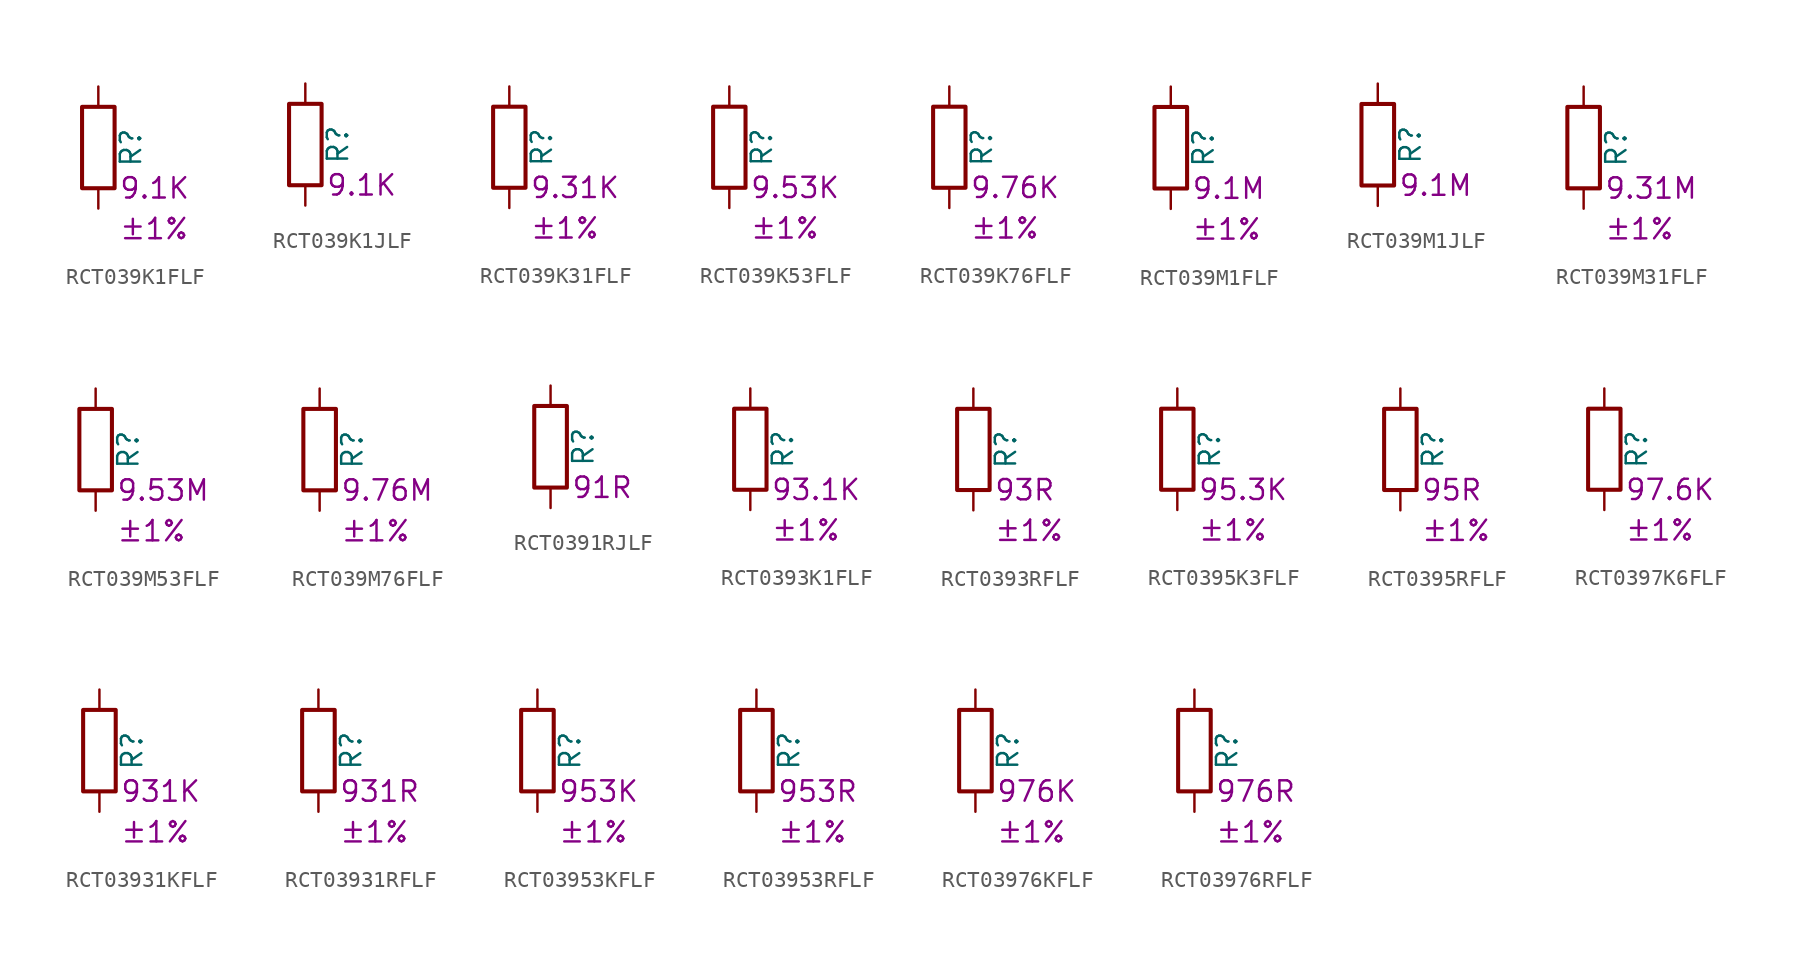
<source format=kicad_sym>
(kicad_symbol_lib
  (version 20220914)
  (generator kicad_symbol_editor)
  (symbol "RCT039K1FLF"
    (pin_numbers hide)
    (pin_names
      (offset 0))
    (property "Reference" "R"
      (at 2.032 0 90)
      (effects (font (size 1.27 1.27))))
    (property "Resistance" "9.1K"
      (at 1.27 -2.54 0)
      (effects (font (size 1.27 1.27)) (justify left)))
    (property "Tolerance" "±1%"
      (at 1.27 -5.08 0)
      (effects (font (size 1.27 1.27)) (justify left)))
    (symbol "RCT039K1FLF_0_1"
      (rectangle (start -1.016 -2.54) (end 1.016 2.54) (stroke (width 0.254) (type default)) (fill (type none))))
    (symbol "RCT039K1FLF_1_1"
      (pin passive line (at 0 3.81 270) (length 1.27) (name "~" (effects (font (size 1.27 1.27)))) (number "1" (effects (font (size 1.27 1.27)))))
      (pin passive line (at 0 -3.81 90) (length 1.27) (name "~" (effects (font (size 1.27 1.27)))) (number "2" (effects (font (size 1.27 1.27)))))))
  (symbol "RCT039K1JLF"
    (pin_numbers hide)
    (pin_names
      (offset 0))
    (property "Reference" "R"
      (at 2.032 0 90)
      (effects (font (size 1.27 1.27))))
    (property "Resistance" "9.1K"
      (at 1.27 -2.54 0)
      (effects (font (size 1.27 1.27)) (justify left)))
    (symbol "RCT039K1JLF_0_1"
      (rectangle (start -1.016 -2.54) (end 1.016 2.54) (stroke (width 0.254) (type default)) (fill (type none))))
    (symbol "RCT039K1JLF_1_1"
      (pin passive line (at 0 3.81 270) (length 1.27) (name "~" (effects (font (size 1.27 1.27)))) (number "1" (effects (font (size 1.27 1.27)))))
      (pin passive line (at 0 -3.81 90) (length 1.27) (name "~" (effects (font (size 1.27 1.27)))) (number "2" (effects (font (size 1.27 1.27)))))))
  (symbol "RCT039K31FLF"
    (pin_numbers hide)
    (pin_names
      (offset 0))
    (property "Reference" "R"
      (at 2.032 0 90)
      (effects (font (size 1.27 1.27))))
    (property "Resistance" "9.31K"
      (at 1.27 -2.54 0)
      (effects (font (size 1.27 1.27)) (justify left)))
    (property "Tolerance" "±1%"
      (at 1.27 -5.08 0)
      (effects (font (size 1.27 1.27)) (justify left)))
    (symbol "RCT039K31FLF_0_1"
      (rectangle (start -1.016 -2.54) (end 1.016 2.54) (stroke (width 0.254) (type default)) (fill (type none))))
    (symbol "RCT039K31FLF_1_1"
      (pin passive line (at 0 3.81 270) (length 1.27) (name "~" (effects (font (size 1.27 1.27)))) (number "1" (effects (font (size 1.27 1.27)))))
      (pin passive line (at 0 -3.81 90) (length 1.27) (name "~" (effects (font (size 1.27 1.27)))) (number "2" (effects (font (size 1.27 1.27)))))))
  (symbol "RCT039K53FLF"
    (pin_numbers hide)
    (pin_names
      (offset 0))
    (property "Reference" "R"
      (at 2.032 0 90)
      (effects (font (size 1.27 1.27))))
    (property "Resistance" "9.53K"
      (at 1.27 -2.54 0)
      (effects (font (size 1.27 1.27)) (justify left)))
    (property "Tolerance" "±1%"
      (at 1.27 -5.08 0)
      (effects (font (size 1.27 1.27)) (justify left)))
    (symbol "RCT039K53FLF_0_1"
      (rectangle (start -1.016 -2.54) (end 1.016 2.54) (stroke (width 0.254) (type default)) (fill (type none))))
    (symbol "RCT039K53FLF_1_1"
      (pin passive line (at 0 3.81 270) (length 1.27) (name "~" (effects (font (size 1.27 1.27)))) (number "1" (effects (font (size 1.27 1.27)))))
      (pin passive line (at 0 -3.81 90) (length 1.27) (name "~" (effects (font (size 1.27 1.27)))) (number "2" (effects (font (size 1.27 1.27)))))))
  (symbol "RCT039K76FLF"
    (pin_numbers hide)
    (pin_names
      (offset 0))
    (property "Reference" "R"
      (at 2.032 0 90)
      (effects (font (size 1.27 1.27))))
    (property "Resistance" "9.76K"
      (at 1.27 -2.54 0)
      (effects (font (size 1.27 1.27)) (justify left)))
    (property "Tolerance" "±1%"
      (at 1.27 -5.08 0)
      (effects (font (size 1.27 1.27)) (justify left)))
    (symbol "RCT039K76FLF_0_1"
      (rectangle (start -1.016 -2.54) (end 1.016 2.54) (stroke (width 0.254) (type default)) (fill (type none))))
    (symbol "RCT039K76FLF_1_1"
      (pin passive line (at 0 3.81 270) (length 1.27) (name "~" (effects (font (size 1.27 1.27)))) (number "1" (effects (font (size 1.27 1.27)))))
      (pin passive line (at 0 -3.81 90) (length 1.27) (name "~" (effects (font (size 1.27 1.27)))) (number "2" (effects (font (size 1.27 1.27)))))))
  (symbol "RCT039M1FLF"
    (pin_numbers hide)
    (pin_names
      (offset 0))
    (property "Reference" "R"
      (at 2.032 0 90)
      (effects (font (size 1.27 1.27))))
    (property "Resistance" "9.1M"
      (at 1.27 -2.54 0)
      (effects (font (size 1.27 1.27)) (justify left)))
    (property "Tolerance" "±1%"
      (at 1.27 -5.08 0)
      (effects (font (size 1.27 1.27)) (justify left)))
    (symbol "RCT039M1FLF_0_1"
      (rectangle (start -1.016 -2.54) (end 1.016 2.54) (stroke (width 0.254) (type default)) (fill (type none))))
    (symbol "RCT039M1FLF_1_1"
      (pin passive line (at 0 3.81 270) (length 1.27) (name "~" (effects (font (size 1.27 1.27)))) (number "1" (effects (font (size 1.27 1.27)))))
      (pin passive line (at 0 -3.81 90) (length 1.27) (name "~" (effects (font (size 1.27 1.27)))) (number "2" (effects (font (size 1.27 1.27)))))))
  (symbol "RCT039M1JLF"
    (pin_numbers hide)
    (pin_names
      (offset 0))
    (property "Reference" "R"
      (at 2.032 0 90)
      (effects (font (size 1.27 1.27))))
    (property "Resistance" "9.1M"
      (at 1.27 -2.54 0)
      (effects (font (size 1.27 1.27)) (justify left)))
    (symbol "RCT039M1JLF_0_1"
      (rectangle (start -1.016 -2.54) (end 1.016 2.54) (stroke (width 0.254) (type default)) (fill (type none))))
    (symbol "RCT039M1JLF_1_1"
      (pin passive line (at 0 3.81 270) (length 1.27) (name "~" (effects (font (size 1.27 1.27)))) (number "1" (effects (font (size 1.27 1.27)))))
      (pin passive line (at 0 -3.81 90) (length 1.27) (name "~" (effects (font (size 1.27 1.27)))) (number "2" (effects (font (size 1.27 1.27)))))))
  (symbol "RCT039M31FLF"
    (pin_numbers hide)
    (pin_names
      (offset 0))
    (property "Reference" "R"
      (at 2.032 0 90)
      (effects (font (size 1.27 1.27))))
    (property "Resistance" "9.31M"
      (at 1.27 -2.54 0)
      (effects (font (size 1.27 1.27)) (justify left)))
    (property "Tolerance" "±1%"
      (at 1.27 -5.08 0)
      (effects (font (size 1.27 1.27)) (justify left)))
    (symbol "RCT039M31FLF_0_1"
      (rectangle (start -1.016 -2.54) (end 1.016 2.54) (stroke (width 0.254) (type default)) (fill (type none))))
    (symbol "RCT039M31FLF_1_1"
      (pin passive line (at 0 3.81 270) (length 1.27) (name "~" (effects (font (size 1.27 1.27)))) (number "1" (effects (font (size 1.27 1.27)))))
      (pin passive line (at 0 -3.81 90) (length 1.27) (name "~" (effects (font (size 1.27 1.27)))) (number "2" (effects (font (size 1.27 1.27)))))))
  (symbol "RCT039M53FLF"
    (pin_numbers hide)
    (pin_names
      (offset 0))
    (property "Reference" "R"
      (at 2.032 0 90)
      (effects (font (size 1.27 1.27))))
    (property "Resistance" "9.53M"
      (at 1.27 -2.54 0)
      (effects (font (size 1.27 1.27)) (justify left)))
    (property "Tolerance" "±1%"
      (at 1.27 -5.08 0)
      (effects (font (size 1.27 1.27)) (justify left)))
    (symbol "RCT039M53FLF_0_1"
      (rectangle (start -1.016 -2.54) (end 1.016 2.54) (stroke (width 0.254) (type default)) (fill (type none))))
    (symbol "RCT039M53FLF_1_1"
      (pin passive line (at 0 3.81 270) (length 1.27) (name "~" (effects (font (size 1.27 1.27)))) (number "1" (effects (font (size 1.27 1.27)))))
      (pin passive line (at 0 -3.81 90) (length 1.27) (name "~" (effects (font (size 1.27 1.27)))) (number "2" (effects (font (size 1.27 1.27)))))))
  (symbol "RCT039M76FLF"
    (pin_numbers hide)
    (pin_names
      (offset 0))
    (property "Reference" "R"
      (at 2.032 0 90)
      (effects (font (size 1.27 1.27))))
    (property "Resistance" "9.76M"
      (at 1.27 -2.54 0)
      (effects (font (size 1.27 1.27)) (justify left)))
    (property "Tolerance" "±1%"
      (at 1.27 -5.08 0)
      (effects (font (size 1.27 1.27)) (justify left)))
    (symbol "RCT039M76FLF_0_1"
      (rectangle (start -1.016 -2.54) (end 1.016 2.54) (stroke (width 0.254) (type default)) (fill (type none))))
    (symbol "RCT039M76FLF_1_1"
      (pin passive line (at 0 3.81 270) (length 1.27) (name "~" (effects (font (size 1.27 1.27)))) (number "1" (effects (font (size 1.27 1.27)))))
      (pin passive line (at 0 -3.81 90) (length 1.27) (name "~" (effects (font (size 1.27 1.27)))) (number "2" (effects (font (size 1.27 1.27)))))))
  (symbol "RCT0391RJLF"
    (pin_numbers hide)
    (pin_names
      (offset 0))
    (property "Reference" "R"
      (at 2.032 0 90)
      (effects (font (size 1.27 1.27))))
    (property "Resistance" "91R"
      (at 1.27 -2.54 0)
      (effects (font (size 1.27 1.27)) (justify left)))
    (symbol "RCT0391RJLF_0_1"
      (rectangle (start -1.016 -2.54) (end 1.016 2.54) (stroke (width 0.254) (type default)) (fill (type none))))
    (symbol "RCT0391RJLF_1_1"
      (pin passive line (at 0 3.81 270) (length 1.27) (name "~" (effects (font (size 1.27 1.27)))) (number "1" (effects (font (size 1.27 1.27)))))
      (pin passive line (at 0 -3.81 90) (length 1.27) (name "~" (effects (font (size 1.27 1.27)))) (number "2" (effects (font (size 1.27 1.27)))))))
  (symbol "RCT0393K1FLF"
    (pin_numbers hide)
    (pin_names
      (offset 0))
    (property "Reference" "R"
      (at 2.032 0 90)
      (effects (font (size 1.27 1.27))))
    (property "Resistance" "93.1K"
      (at 1.27 -2.54 0)
      (effects (font (size 1.27 1.27)) (justify left)))
    (property "Tolerance" "±1%"
      (at 1.27 -5.08 0)
      (effects (font (size 1.27 1.27)) (justify left)))
    (symbol "RCT0393K1FLF_0_1"
      (rectangle (start -1.016 -2.54) (end 1.016 2.54) (stroke (width 0.254) (type default)) (fill (type none))))
    (symbol "RCT0393K1FLF_1_1"
      (pin passive line (at 0 3.81 270) (length 1.27) (name "~" (effects (font (size 1.27 1.27)))) (number "1" (effects (font (size 1.27 1.27)))))
      (pin passive line (at 0 -3.81 90) (length 1.27) (name "~" (effects (font (size 1.27 1.27)))) (number "2" (effects (font (size 1.27 1.27)))))))
  (symbol "RCT0393RFLF"
    (pin_numbers hide)
    (pin_names
      (offset 0))
    (property "Reference" "R"
      (at 2.032 0 90)
      (effects (font (size 1.27 1.27))))
    (property "Resistance" "93R"
      (at 1.27 -2.54 0)
      (effects (font (size 1.27 1.27)) (justify left)))
    (property "Tolerance" "±1%"
      (at 1.27 -5.08 0)
      (effects (font (size 1.27 1.27)) (justify left)))
    (symbol "RCT0393RFLF_0_1"
      (rectangle (start -1.016 -2.54) (end 1.016 2.54) (stroke (width 0.254) (type default)) (fill (type none))))
    (symbol "RCT0393RFLF_1_1"
      (pin passive line (at 0 3.81 270) (length 1.27) (name "~" (effects (font (size 1.27 1.27)))) (number "1" (effects (font (size 1.27 1.27)))))
      (pin passive line (at 0 -3.81 90) (length 1.27) (name "~" (effects (font (size 1.27 1.27)))) (number "2" (effects (font (size 1.27 1.27)))))))
  (symbol "RCT0395K3FLF"
    (pin_numbers hide)
    (pin_names
      (offset 0))
    (property "Reference" "R"
      (at 2.032 0 90)
      (effects (font (size 1.27 1.27))))
    (property "Resistance" "95.3K"
      (at 1.27 -2.54 0)
      (effects (font (size 1.27 1.27)) (justify left)))
    (property "Tolerance" "±1%"
      (at 1.27 -5.08 0)
      (effects (font (size 1.27 1.27)) (justify left)))
    (symbol "RCT0395K3FLF_0_1"
      (rectangle (start -1.016 -2.54) (end 1.016 2.54) (stroke (width 0.254) (type default)) (fill (type none))))
    (symbol "RCT0395K3FLF_1_1"
      (pin passive line (at 0 3.81 270) (length 1.27) (name "~" (effects (font (size 1.27 1.27)))) (number "1" (effects (font (size 1.27 1.27)))))
      (pin passive line (at 0 -3.81 90) (length 1.27) (name "~" (effects (font (size 1.27 1.27)))) (number "2" (effects (font (size 1.27 1.27)))))))
  (symbol "RCT0395RFLF"
    (pin_numbers hide)
    (pin_names
      (offset 0))
    (property "Reference" "R"
      (at 2.032 0 90)
      (effects (font (size 1.27 1.27))))
    (property "Resistance" "95R"
      (at 1.27 -2.54 0)
      (effects (font (size 1.27 1.27)) (justify left)))
    (property "Tolerance" "±1%"
      (at 1.27 -5.08 0)
      (effects (font (size 1.27 1.27)) (justify left)))
    (symbol "RCT0395RFLF_0_1"
      (rectangle (start -1.016 -2.54) (end 1.016 2.54) (stroke (width 0.254) (type default)) (fill (type none))))
    (symbol "RCT0395RFLF_1_1"
      (pin passive line (at 0 3.81 270) (length 1.27) (name "~" (effects (font (size 1.27 1.27)))) (number "1" (effects (font (size 1.27 1.27)))))
      (pin passive line (at 0 -3.81 90) (length 1.27) (name "~" (effects (font (size 1.27 1.27)))) (number "2" (effects (font (size 1.27 1.27)))))))
  (symbol "RCT0397K6FLF"
    (pin_numbers hide)
    (pin_names
      (offset 0))
    (property "Reference" "R"
      (at 2.032 0 90)
      (effects (font (size 1.27 1.27))))
    (property "Resistance" "97.6K"
      (at 1.27 -2.54 0)
      (effects (font (size 1.27 1.27)) (justify left)))
    (property "Tolerance" "±1%"
      (at 1.27 -5.08 0)
      (effects (font (size 1.27 1.27)) (justify left)))
    (symbol "RCT0397K6FLF_0_1"
      (rectangle (start -1.016 -2.54) (end 1.016 2.54) (stroke (width 0.254) (type default)) (fill (type none))))
    (symbol "RCT0397K6FLF_1_1"
      (pin passive line (at 0 3.81 270) (length 1.27) (name "~" (effects (font (size 1.27 1.27)))) (number "1" (effects (font (size 1.27 1.27)))))
      (pin passive line (at 0 -3.81 90) (length 1.27) (name "~" (effects (font (size 1.27 1.27)))) (number "2" (effects (font (size 1.27 1.27)))))))
  (symbol "RCT03931KFLF"
    (pin_numbers hide)
    (pin_names
      (offset 0))
    (property "Reference" "R"
      (at 2.032 0 90)
      (effects (font (size 1.27 1.27))))
    (property "Resistance" "931K"
      (at 1.27 -2.54 0)
      (effects (font (size 1.27 1.27)) (justify left)))
    (property "Tolerance" "±1%"
      (at 1.27 -5.08 0)
      (effects (font (size 1.27 1.27)) (justify left)))
    (symbol "RCT03931KFLF_0_1"
      (rectangle (start -1.016 -2.54) (end 1.016 2.54) (stroke (width 0.254) (type default)) (fill (type none))))
    (symbol "RCT03931KFLF_1_1"
      (pin passive line (at 0 3.81 270) (length 1.27) (name "~" (effects (font (size 1.27 1.27)))) (number "1" (effects (font (size 1.27 1.27)))))
      (pin passive line (at 0 -3.81 90) (length 1.27) (name "~" (effects (font (size 1.27 1.27)))) (number "2" (effects (font (size 1.27 1.27)))))))
  (symbol "RCT03931RFLF"
    (pin_numbers hide)
    (pin_names
      (offset 0))
    (property "Reference" "R"
      (at 2.032 0 90)
      (effects (font (size 1.27 1.27))))
    (property "Resistance" "931R"
      (at 1.27 -2.54 0)
      (effects (font (size 1.27 1.27)) (justify left)))
    (property "Tolerance" "±1%"
      (at 1.27 -5.08 0)
      (effects (font (size 1.27 1.27)) (justify left)))
    (symbol "RCT03931RFLF_0_1"
      (rectangle (start -1.016 -2.54) (end 1.016 2.54) (stroke (width 0.254) (type default)) (fill (type none))))
    (symbol "RCT03931RFLF_1_1"
      (pin passive line (at 0 3.81 270) (length 1.27) (name "~" (effects (font (size 1.27 1.27)))) (number "1" (effects (font (size 1.27 1.27)))))
      (pin passive line (at 0 -3.81 90) (length 1.27) (name "~" (effects (font (size 1.27 1.27)))) (number "2" (effects (font (size 1.27 1.27)))))))
  (symbol "RCT03953KFLF"
    (pin_numbers hide)
    (pin_names
      (offset 0))
    (property "Reference" "R"
      (at 2.032 0 90)
      (effects (font (size 1.27 1.27))))
    (property "Resistance" "953K"
      (at 1.27 -2.54 0)
      (effects (font (size 1.27 1.27)) (justify left)))
    (property "Tolerance" "±1%"
      (at 1.27 -5.08 0)
      (effects (font (size 1.27 1.27)) (justify left)))
    (symbol "RCT03953KFLF_0_1"
      (rectangle (start -1.016 -2.54) (end 1.016 2.54) (stroke (width 0.254) (type default)) (fill (type none))))
    (symbol "RCT03953KFLF_1_1"
      (pin passive line (at 0 3.81 270) (length 1.27) (name "~" (effects (font (size 1.27 1.27)))) (number "1" (effects (font (size 1.27 1.27)))))
      (pin passive line (at 0 -3.81 90) (length 1.27) (name "~" (effects (font (size 1.27 1.27)))) (number "2" (effects (font (size 1.27 1.27)))))))
  (symbol "RCT03953RFLF"
    (pin_numbers hide)
    (pin_names
      (offset 0))
    (property "Reference" "R"
      (at 2.032 0 90)
      (effects (font (size 1.27 1.27))))
    (property "Resistance" "953R"
      (at 1.27 -2.54 0)
      (effects (font (size 1.27 1.27)) (justify left)))
    (property "Tolerance" "±1%"
      (at 1.27 -5.08 0)
      (effects (font (size 1.27 1.27)) (justify left)))
    (symbol "RCT03953RFLF_0_1"
      (rectangle (start -1.016 -2.54) (end 1.016 2.54) (stroke (width 0.254) (type default)) (fill (type none))))
    (symbol "RCT03953RFLF_1_1"
      (pin passive line (at 0 3.81 270) (length 1.27) (name "~" (effects (font (size 1.27 1.27)))) (number "1" (effects (font (size 1.27 1.27)))))
      (pin passive line (at 0 -3.81 90) (length 1.27) (name "~" (effects (font (size 1.27 1.27)))) (number "2" (effects (font (size 1.27 1.27)))))))
  (symbol "RCT03976KFLF"
    (pin_numbers hide)
    (pin_names
      (offset 0))
    (property "Reference" "R"
      (at 2.032 0 90)
      (effects (font (size 1.27 1.27))))
    (property "Resistance" "976K"
      (at 1.27 -2.54 0)
      (effects (font (size 1.27 1.27)) (justify left)))
    (property "Tolerance" "±1%"
      (at 1.27 -5.08 0)
      (effects (font (size 1.27 1.27)) (justify left)))
    (symbol "RCT03976KFLF_0_1"
      (rectangle (start -1.016 -2.54) (end 1.016 2.54) (stroke (width 0.254) (type default)) (fill (type none))))
    (symbol "RCT03976KFLF_1_1"
      (pin passive line (at 0 3.81 270) (length 1.27) (name "~" (effects (font (size 1.27 1.27)))) (number "1" (effects (font (size 1.27 1.27)))))
      (pin passive line (at 0 -3.81 90) (length 1.27) (name "~" (effects (font (size 1.27 1.27)))) (number "2" (effects (font (size 1.27 1.27)))))))
  (symbol "RCT03976RFLF"
    (pin_numbers hide)
    (pin_names
      (offset 0))
    (property "Reference" "R"
      (at 2.032 0 90)
      (effects (font (size 1.27 1.27))))
    (property "Resistance" "976R"
      (at 1.27 -2.54 0)
      (effects (font (size 1.27 1.27)) (justify left)))
    (property "Tolerance" "±1%"
      (at 1.27 -5.08 0)
      (effects (font (size 1.27 1.27)) (justify left)))
    (symbol "RCT03976RFLF_0_1"
      (rectangle (start -1.016 -2.54) (end 1.016 2.54) (stroke (width 0.254) (type default)) (fill (type none))))
    (symbol "RCT03976RFLF_1_1"
      (pin passive line (at 0 3.81 270) (length 1.27) (name "~" (effects (font (size 1.27 1.27)))) (number "1" (effects (font (size 1.27 1.27)))))
      (pin passive line (at 0 -3.81 90) (length 1.27) (name "~" (effects (font (size 1.27 1.27)))) (number "2" (effects (font (size 1.27 1.27))))))))
</source>
